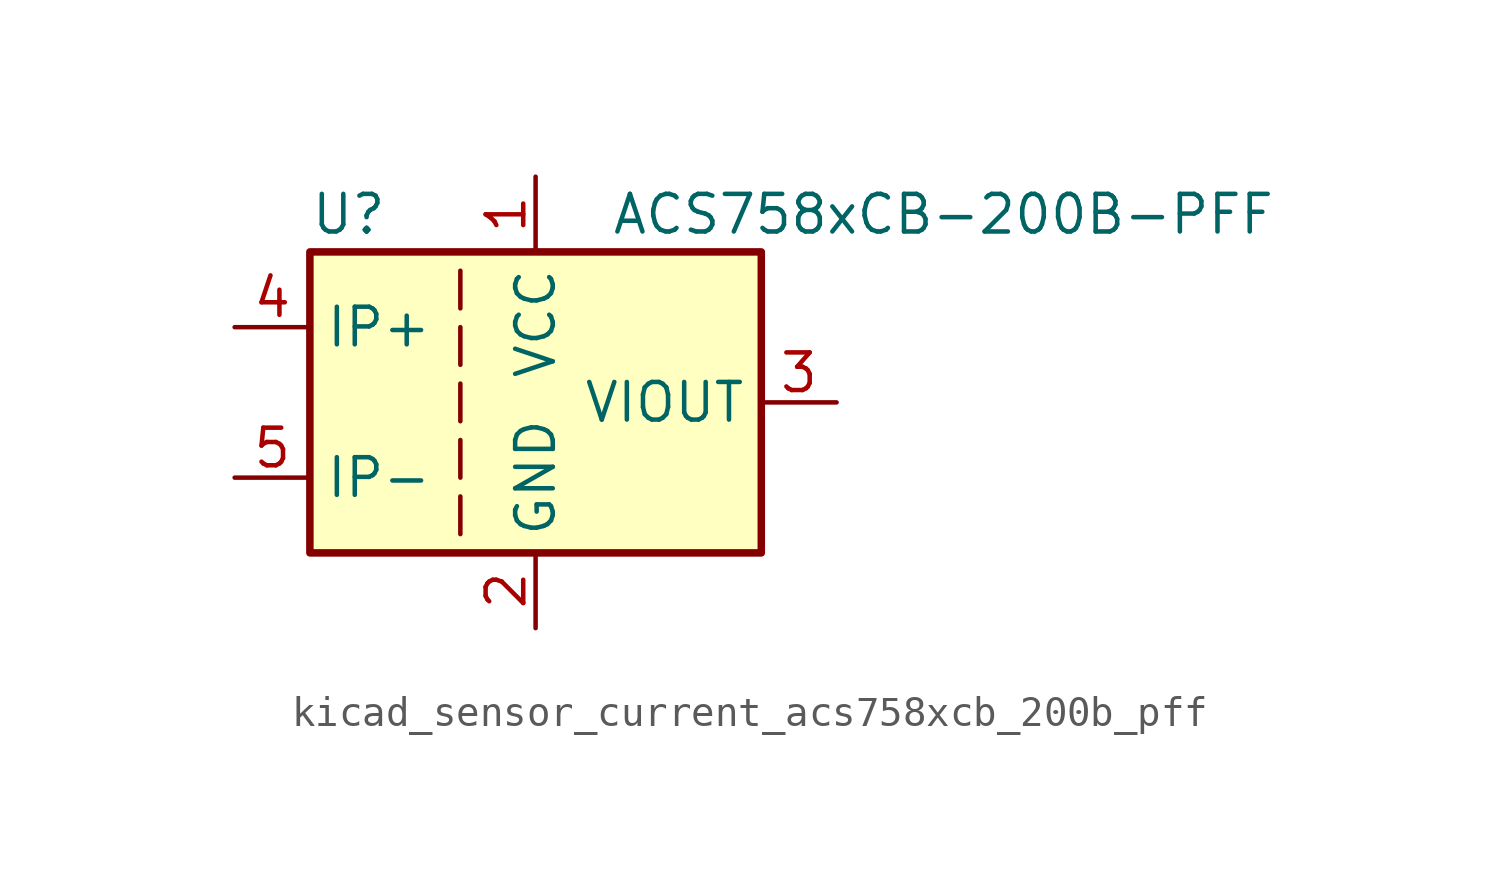
<source format=kicad_sym>
(kicad_symbol_lib
  (version 20220914)
  (generator kicad_symbol_editor)
  (symbol "kicad_sensor_current_acs758xcb_200b_pff"
    (property "Reference" "U"
      (at -7.62 6.35 0)
      (effects (font (size 1.27 1.27)) (justify left)))
    (property "Value" "ACS758xCB-200B-PFF"
      (at 2.54 6.35 0)
      (effects (font (size 1.27 1.27)) (justify left)))
    (symbol "kicad_sensor_current_acs758xcb_200b_pff_0_1"
      (rectangle (start -7.62 5.08) (end 7.62 -5.08) (stroke (width 0.254) (type default)) (fill (type background)))
      (polyline (pts (xy -2.54 -3.175) (xy -2.54 -4.445)) (stroke (width 0) (type default)) (fill (type none)))
      (polyline (pts (xy -2.54 -1.27) (xy -2.54 -2.54)) (stroke (width 0) (type default)) (fill (type none)))
      (polyline (pts (xy -2.54 0.635) (xy -2.54 -0.635)) (stroke (width 0) (type default)) (fill (type none)))
      (polyline (pts (xy -2.54 1.27) (xy -2.54 2.54)) (stroke (width 0) (type default)) (fill (type none)))
      (polyline (pts (xy -2.54 3.175) (xy -2.54 4.445)) (stroke (width 0) (type default)) (fill (type none))))
    (symbol "kicad_sensor_current_acs758xcb_200b_pff_1_1"
      (pin power_in line (at 0 7.62 270) (length 2.54) (name "VCC" (effects (font (size 1.27 1.27)))) (number "1" (effects (font (size 1.27 1.27)))))
      (pin power_in line (at 0 -7.62 90) (length 2.54) (name "GND" (effects (font (size 1.27 1.27)))) (number "2" (effects (font (size 1.27 1.27)))))
      (pin output line (at 10.16 0 180) (length 2.54) (name "VIOUT" (effects (font (size 1.27 1.27)))) (number "3" (effects (font (size 1.27 1.27)))))
      (pin passive line (at -10.16 2.54 0) (length 2.54) (name "IP+" (effects (font (size 1.27 1.27)))) (number "4" (effects (font (size 1.27 1.27)))))
      (pin passive line (at -10.16 -2.54 0) (length 2.54) (name "IP-" (effects (font (size 1.27 1.27)))) (number "5" (effects (font (size 1.27 1.27))))))))
</source>
